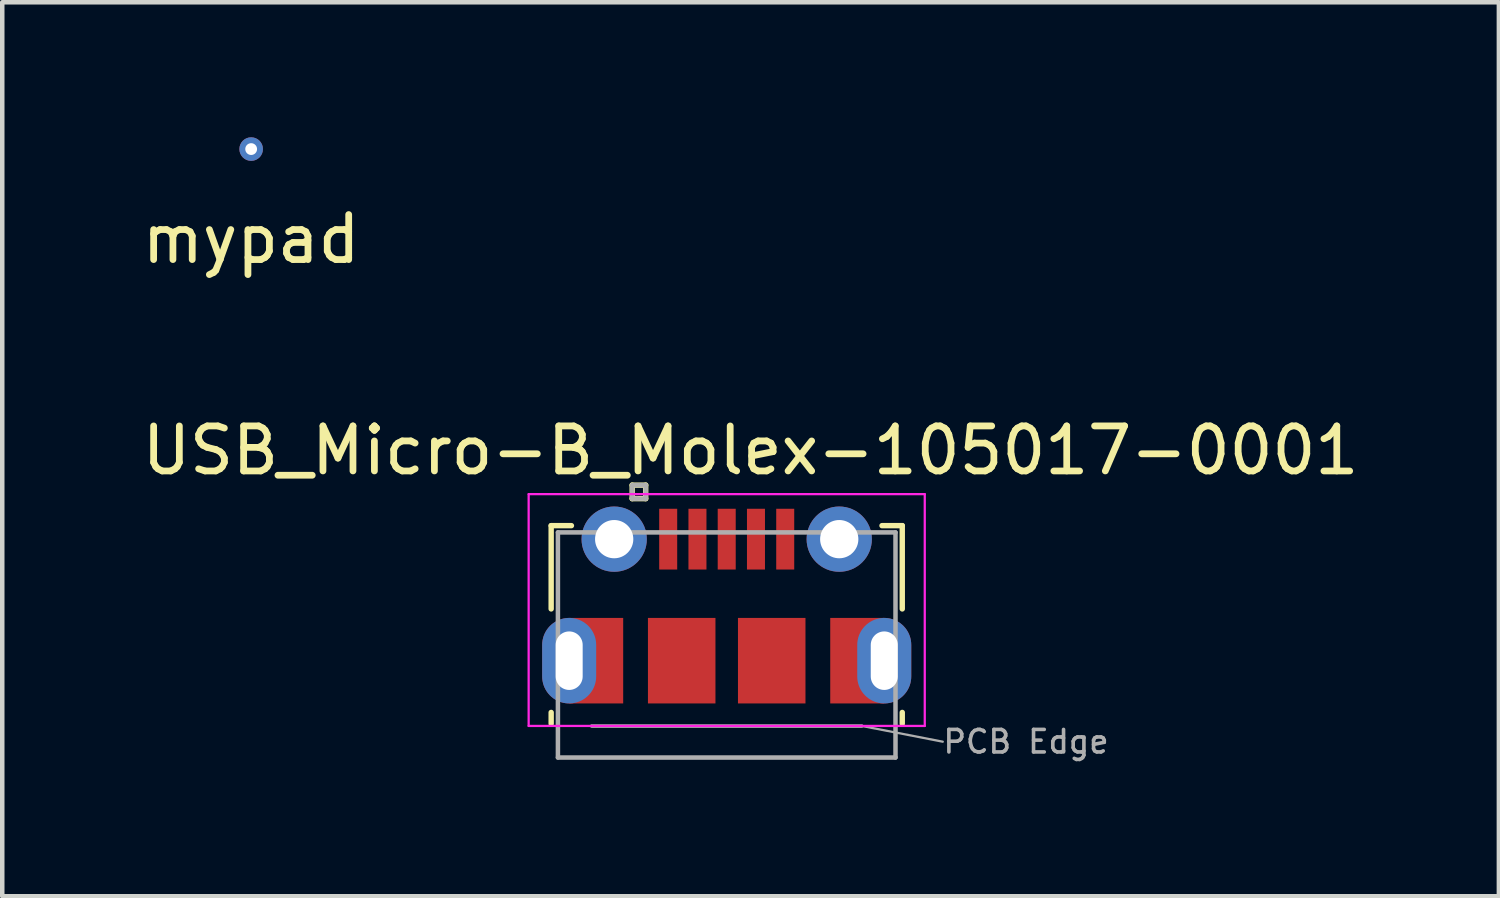
<source format=kicad_pcb>
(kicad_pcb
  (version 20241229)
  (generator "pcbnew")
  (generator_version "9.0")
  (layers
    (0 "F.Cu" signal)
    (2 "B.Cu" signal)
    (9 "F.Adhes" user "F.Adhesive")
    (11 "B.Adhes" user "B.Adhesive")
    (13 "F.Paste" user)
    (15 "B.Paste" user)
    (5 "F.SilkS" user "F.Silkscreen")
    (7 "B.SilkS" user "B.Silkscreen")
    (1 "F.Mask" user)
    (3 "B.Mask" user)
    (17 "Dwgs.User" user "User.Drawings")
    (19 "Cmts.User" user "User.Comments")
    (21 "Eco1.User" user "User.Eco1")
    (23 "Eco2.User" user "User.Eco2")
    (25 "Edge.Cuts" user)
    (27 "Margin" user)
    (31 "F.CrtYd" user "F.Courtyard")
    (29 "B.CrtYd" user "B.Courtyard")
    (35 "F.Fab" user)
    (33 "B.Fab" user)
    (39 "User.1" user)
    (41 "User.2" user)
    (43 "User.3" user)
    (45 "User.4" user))
  (footprint "USB_Micro-B_Molex-105017-0001"
    (layer "F.Cu")
    (at 13.095 8.928)
    (property "Reference" "USB_Micro-B_Molex-105017-0001" (at 0.53 -1.97 0) (layer "F.SilkS") (effects (font (size 1 1) (thickness 0.15))))
    (attr through_hole)
    (fp_line (start -3.9 -0.3) (end -3.45 -0.3) (stroke (width 0.12) (type solid)) (layer "F.SilkS"))
    (fp_line (start -3.9 1.55) (end -3.9 -0.3) (stroke (width 0.12) (type solid)) (layer "F.SilkS"))
    (fp_line (start -3.9 4.1) (end -3.9 3.85) (stroke (width 0.12) (type solid)) (layer "F.SilkS"))
    (fp_line (start -2.1 -1.2) (end -1.8 -1.2) (stroke (width 0.12) (type solid)) (layer "F.SilkS"))
    (fp_line (start -2.1 -0.9) (end -2.1 -1.2) (stroke (width 0.12) (type solid)) (layer "F.SilkS"))
    (fp_line (start -1.8 -1.2) (end -1.8 -0.9) (stroke (width 0.12) (type solid)) (layer "F.SilkS"))
    (fp_line (start -1.8 -0.9) (end -2.1 -0.9) (stroke (width 0.12) (type solid)) (layer "F.SilkS"))
    (fp_line (start 3.9 -0.3) (end 3.45 -0.3) (stroke (width 0.12) (type solid)) (layer "F.SilkS"))
    (fp_line (start 3.9 1.55) (end 3.9 -0.3) (stroke (width 0.12) (type solid)) (layer "F.SilkS"))
    (fp_line (start 3.9 4.1) (end 3.9 3.85) (stroke (width 0.12) (type solid)) (layer "F.SilkS"))
    (fp_line (start -4.4 -1) (end 4.4 -1) (stroke (width 0.05) (type solid)) (layer "F.CrtYd"))
    (fp_line (start -4.4 4.15) (end -4.4 -1) (stroke (width 0.05) (type solid)) (layer "F.CrtYd"))
    (fp_line (start -4.4 4.15) (end 4.4 4.15) (stroke (width 0.05) (type solid)) (layer "F.CrtYd"))
    (fp_line (start 4.4 -1) (end 4.4 4.15) (stroke (width 0.05) (type solid)) (layer "F.CrtYd"))
    (fp_line (start -3.75 -0.15) (end 3.75 -0.15) (stroke (width 0.1) (type solid)) (layer "F.Fab"))
    (fp_line (start -3.75 4.85) (end -3.75 -0.15) (stroke (width 0.1) (type solid)) (layer "F.Fab"))
    (fp_line (start -3.75 4.852) (end 3.75 4.852) (stroke (width 0.1) (type solid)) (layer "F.Fab"))
    (fp_line (start -3 4.152) (end 3 4.152) (stroke (width 0.08) (type solid)) (layer "F.Fab"))
    (fp_line (start -2.1 -1.2) (end -1.8 -1.2) (stroke (width 0.1) (type solid)) (layer "F.Fab"))
    (fp_line (start -2.1 -0.9) (end -2.1 -1.2) (stroke (width 0.1) (type solid)) (layer "F.Fab"))
    (fp_line (start -2 -0.9) (end -2.1 -0.9) (stroke (width 0.1) (type solid)) (layer "F.Fab"))
    (fp_line (start -1.8 -1.2) (end -1.8 -0.9) (stroke (width 0.1) (type solid)) (layer "F.Fab"))
    (fp_line (start -1.8 -0.9) (end -2 -0.9) (stroke (width 0.1) (type solid)) (layer "F.Fab"))
    (fp_line (start 3 4.15) (end 4.8 4.5) (stroke (width 0.05) (type solid)) (layer "F.Fab"))
    (fp_line (start 3.75 4.85) (end 3.75 -0.15) (stroke (width 0.1) (type solid)) (layer "F.Fab"))
    (fp_text user "PCB Edge" (at 6.65 4.5 0) (layer "F.Fab") (effects (font (size 0.5 0.5) (thickness 0.08))))
    (pad "1" smd rect (at -1.3 0) (size 0.4 1.35) (layers "F.Cu" "F.Mask" "F.Paste"))
    (pad "2" smd rect (at -0.65 0) (size 0.4 1.35) (layers "F.Cu" "F.Mask" "F.Paste"))
    (pad "3" smd rect (at 0 0) (size 0.4 1.35) (layers "F.Cu" "F.Mask" "F.Paste"))
    (pad "4" smd rect (at 0.65 0) (size 0.4 1.35) (layers "F.Cu" "F.Mask" "F.Paste"))
    (pad "5" smd rect (at 1.3 0) (size 0.4 1.35) (layers "F.Cu" "F.Mask" "F.Paste"))
    (pad "6" thru_hole oval (at -3.5 2.7 180) (size 1.2 1.9) (drill oval 0.6 1.3) (layers "*.Cu" "*.Mask"))
    (pad "6" smd rect (at -2.9 2.7) (size 1.2 1.9) (layers "F.Cu" "F.Mask"))
    (pad "6" thru_hole circle (at -2.5 0) (size 1.45 1.45) (drill 0.85) (layers "*.Cu" "*.Mask"))
    (pad "6" smd rect (at -1 2.7) (size 1.5 1.9) (layers "F.Cu" "F.Mask" "F.Paste"))
    (pad "6" smd rect (at 1 2.7) (size 1.5 1.9) (layers "F.Cu" "F.Mask" "F.Paste"))
    (pad "6" thru_hole circle (at 2.5 0) (size 1.45 1.45) (drill 0.85) (layers "*.Cu" "*.Mask"))
    (pad "6" smd rect (at 2.9 2.7) (size 1.2 1.9) (layers "F.Cu" "F.Mask"))
    (pad "6" thru_hole oval (at 3.5 2.7) (size 1.2 1.9) (drill oval 0.6 1.3) (layers "*.Cu" "*.Mask")))
  (footprint "mypad"
    (layer "F.Cu")
    (at 2.53 0.262)
    (property "Reference" "mypad" (at 0 2 0) (layer "F.SilkS") (effects (font (size 1 1) (thickness 0.15))))
    (attr through_hole)
    (pad "1" thru_hole circle (at 0 0) (size 0.524 0.524) (drill 0.262) (layers "*.Cu" "*.Mask")))
  (gr_rect
    (start -3 -3)
    (end 30.25 16.861)
    (stroke (width 0.1) (type default))
    (fill no)
    (layer "Edge.Cuts")))
</source>
